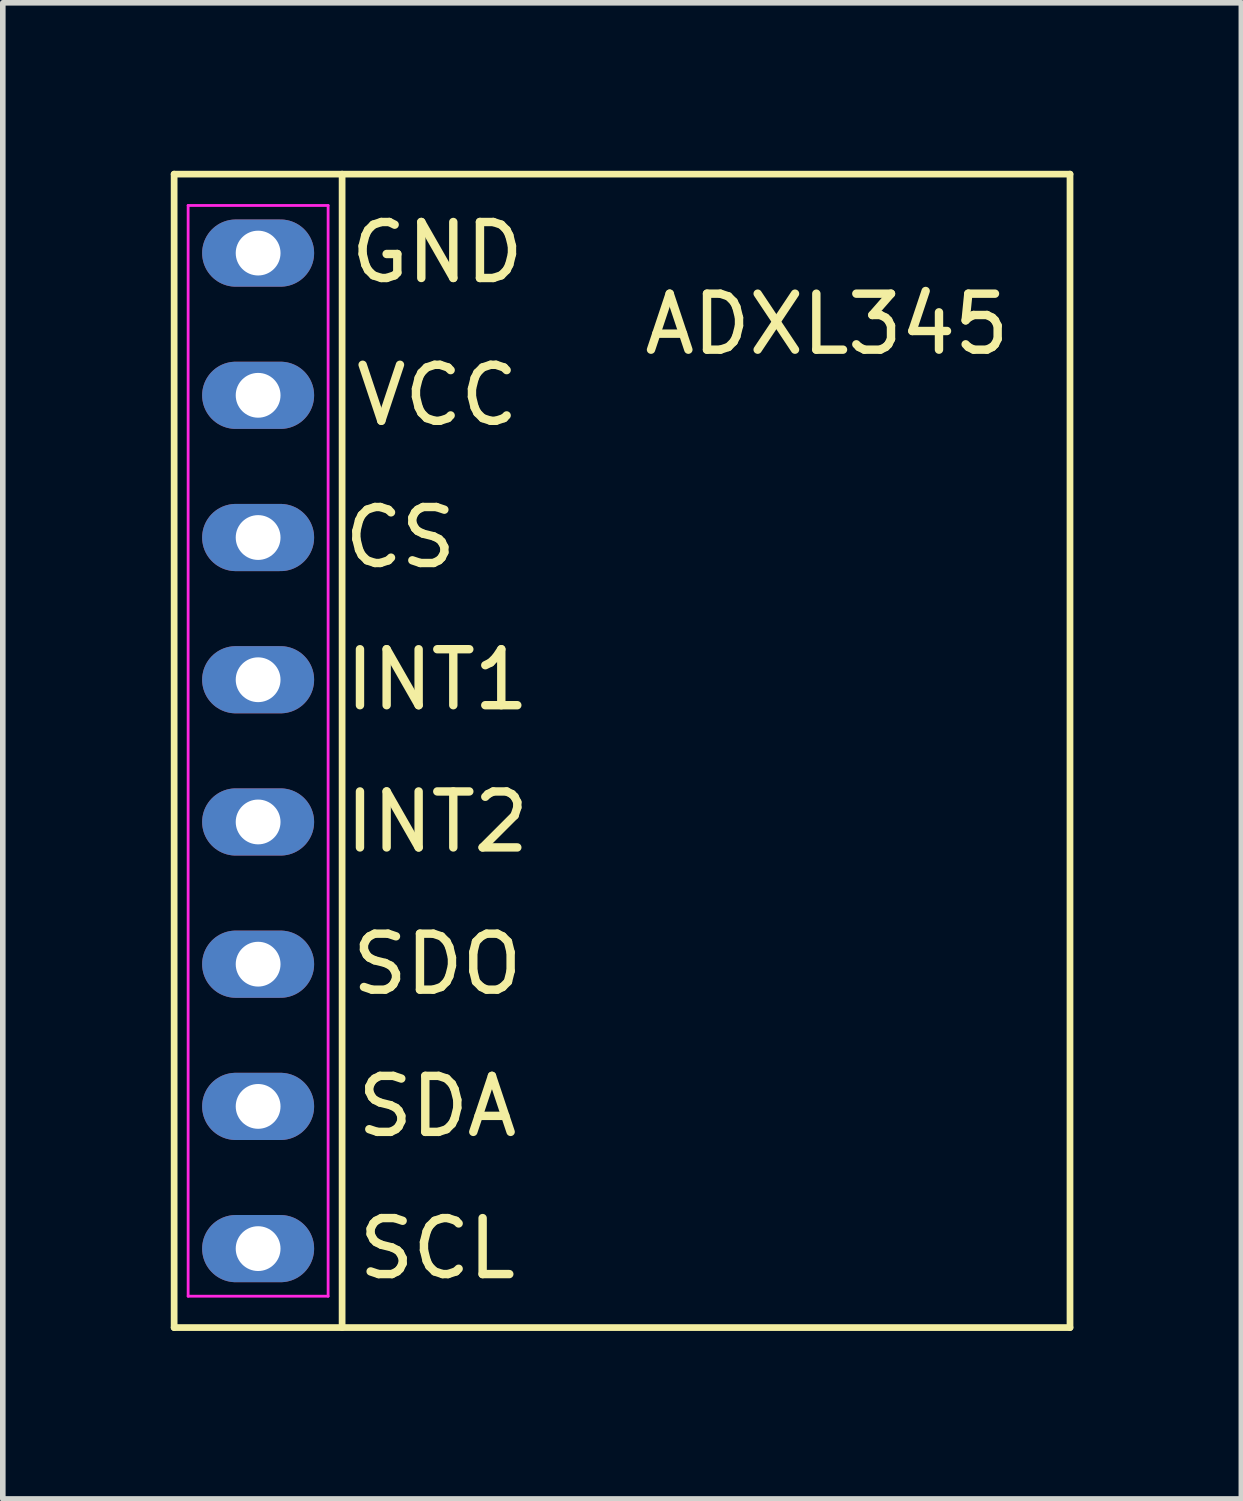
<source format=kicad_pcb>
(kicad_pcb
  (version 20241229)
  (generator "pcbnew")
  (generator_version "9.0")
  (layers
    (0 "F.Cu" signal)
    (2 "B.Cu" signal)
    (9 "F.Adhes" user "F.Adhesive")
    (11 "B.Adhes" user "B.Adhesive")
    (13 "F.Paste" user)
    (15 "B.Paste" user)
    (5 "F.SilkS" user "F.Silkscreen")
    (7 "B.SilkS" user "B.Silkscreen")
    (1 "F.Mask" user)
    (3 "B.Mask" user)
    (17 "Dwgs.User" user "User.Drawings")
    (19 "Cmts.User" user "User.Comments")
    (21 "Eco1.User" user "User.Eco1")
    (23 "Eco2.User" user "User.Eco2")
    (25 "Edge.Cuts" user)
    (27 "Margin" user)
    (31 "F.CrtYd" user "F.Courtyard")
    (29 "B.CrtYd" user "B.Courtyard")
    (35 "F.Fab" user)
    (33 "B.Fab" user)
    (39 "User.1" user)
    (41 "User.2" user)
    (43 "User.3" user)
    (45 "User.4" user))
  (footprint "ADXL345"
    (layer "F.Cu")
    (at 1.56 10.36)
    (property "Reference" "ADXL345" (at 10.16 -7.62 180) (layer "F.SilkS") (effects (font (size 1 1) (thickness 0.15))))
    (fp_line (start -1.5 -10.3) (end 14.5 -10.3) (stroke (width 0.12) (type solid)) (layer "F.SilkS"))
    (fp_line (start -1.5 10.3) (end -1.5 -10.3) (stroke (width 0.12) (type solid)) (layer "F.SilkS"))
    (fp_line (start 1.5 -10.3) (end 1.5 10.3) (stroke (width 0.12) (type solid)) (layer "F.SilkS"))
    (fp_line (start 14.5 -10.3) (end 14.5 10.3) (stroke (width 0.12) (type solid)) (layer "F.SilkS"))
    (fp_line (start 14.5 10.3) (end -1.5 10.3) (stroke (width 0.12) (type solid)) (layer "F.SilkS"))
    (fp_line (start -1.25 -9.74) (end 1.25 -9.74) (stroke (width 0.05) (type solid)) (layer "F.CrtYd"))
    (fp_line (start -1.25 9.74) (end -1.25 -9.74) (stroke (width 0.05) (type solid)) (layer "F.CrtYd"))
    (fp_line (start 1.25 -9.74) (end 1.25 9.74) (stroke (width 0.05) (type solid)) (layer "F.CrtYd"))
    (fp_line (start 1.25 9.74) (end -1.25 9.74) (stroke (width 0.05) (type solid)) (layer "F.CrtYd"))
    (fp_text user "CS" (at 2.54 -3.81 0) (unlocked yes) (layer "F.SilkS") (effects (font (size 1 1) (thickness 0.15))))
    (fp_text user "SDA" (at 3.2 6.35 0) (unlocked yes) (layer "F.SilkS") (effects (font (size 1 1) (thickness 0.15))))
    (fp_text user "SDO" (at 3.2 3.81 0) (unlocked yes) (layer "F.SilkS") (effects (font (size 1 1) (thickness 0.15))))
    (fp_text user "SCL" (at 3.2 8.89 0) (unlocked yes) (layer "F.SilkS") (effects (font (size 1 1) (thickness 0.15))))
    (fp_text user "INT2" (at 3.2 1.27 0) (unlocked yes) (layer "F.SilkS") (effects (font (size 1 1) (thickness 0.15))))
    (fp_text user "VCC" (at 3.2 -6.35 0) (unlocked yes) (layer "F.SilkS") (effects (font (size 1 1) (thickness 0.15))))
    (fp_text user "GND" (at 3.2 -8.9 0) (unlocked yes) (layer "F.SilkS") (effects (font (size 1 1) (thickness 0.15))))
    (fp_text user "INT1" (at 3.2 -1.27 0) (unlocked yes) (layer "F.SilkS") (effects (font (size 1 1) (thickness 0.15))))
    (pad "1" thru_hole oval (at 0 -8.89 270) (size 1.2 2) (drill 0.8) (layers "*.Cu" "*.Mask"))
    (pad "2" thru_hole oval (at 0 -6.35 270) (size 1.2 2) (drill 0.8) (layers "*.Cu" "*.Mask"))
    (pad "3" thru_hole oval (at 0 -3.81 270) (size 1.2 2) (drill 0.8) (layers "*.Cu" "*.Mask"))
    (pad "4" thru_hole oval (at 0 -1.27 270) (size 1.2 2) (drill 0.8) (layers "*.Cu" "*.Mask"))
    (pad "5" thru_hole oval (at 0 1.27 270) (size 1.2 2) (drill 0.8) (layers "*.Cu" "*.Mask"))
    (pad "6" thru_hole oval (at 0 3.81 270) (size 1.2 2) (drill 0.8) (layers "*.Cu" "*.Mask"))
    (pad "7" thru_hole oval (at 0 6.35 270) (size 1.2 2) (drill 0.8) (layers "*.Cu" "*.Mask"))
    (pad "8" thru_hole oval (at 0 8.89 270) (size 1.2 2) (drill 0.8) (layers "*.Cu" "*.Mask")))
  (gr_rect
    (start -3 -3)
    (end 19.12 23.72)
    (stroke (width 0.1) (type default))
    (fill no)
    (layer "Edge.Cuts")))
</source>
